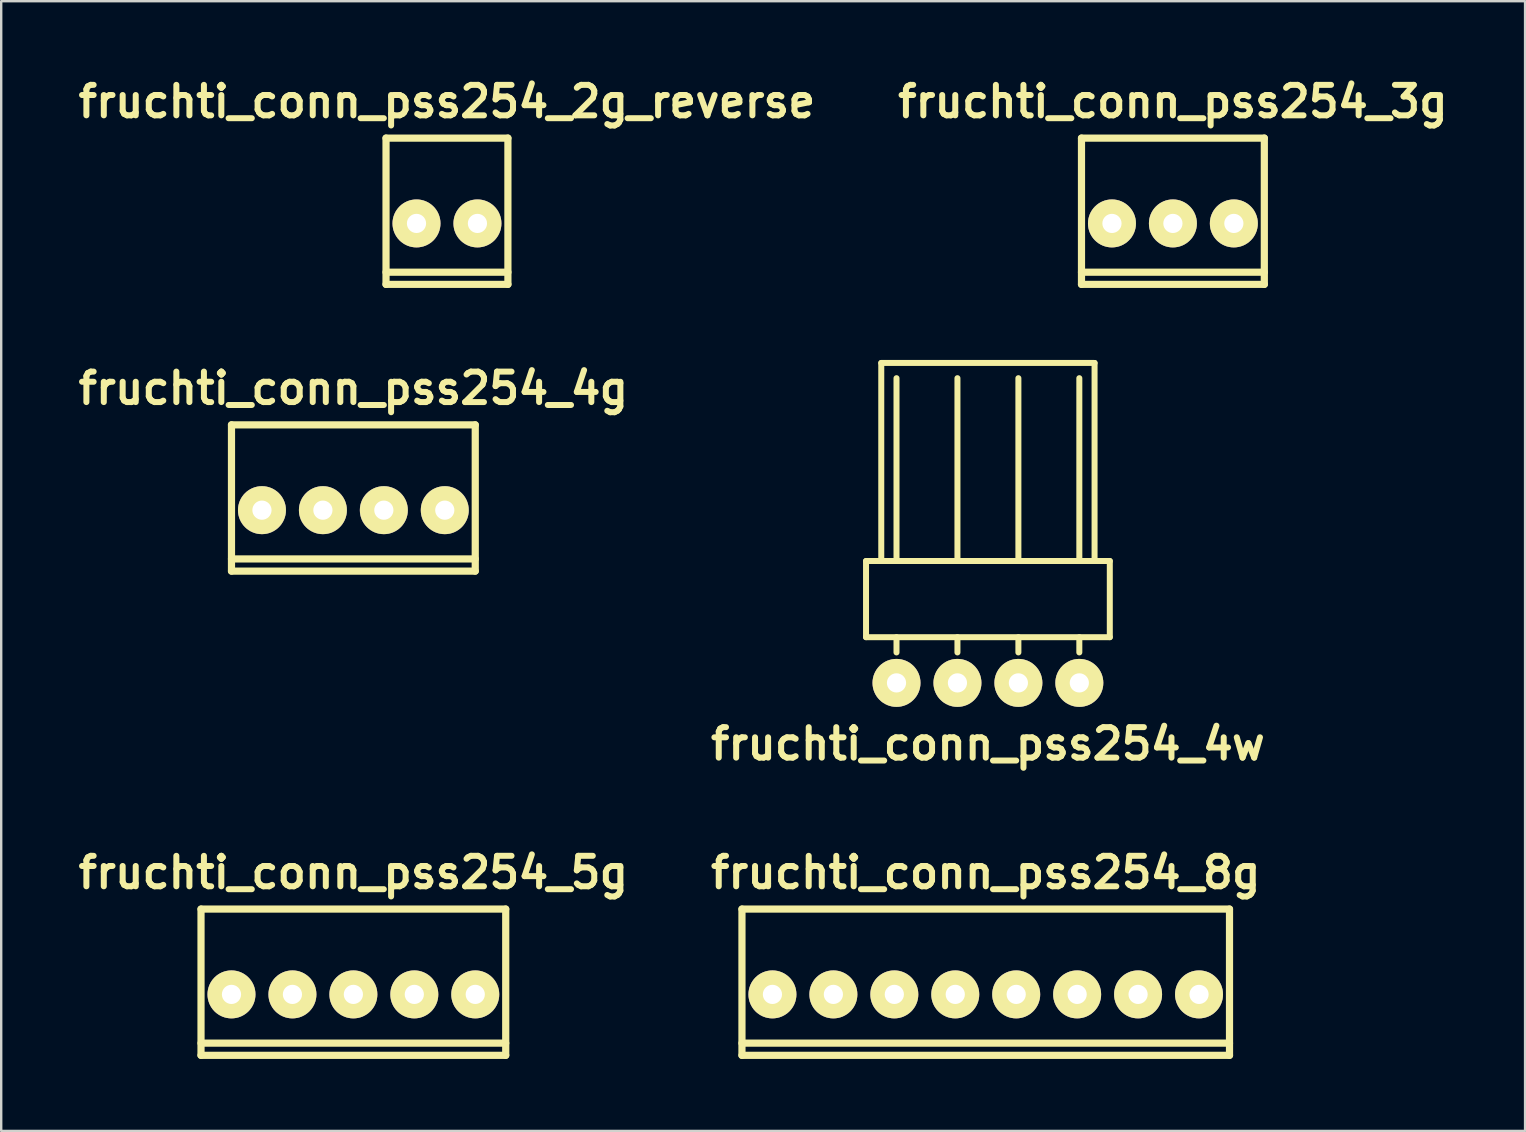
<source format=kicad_pcb>
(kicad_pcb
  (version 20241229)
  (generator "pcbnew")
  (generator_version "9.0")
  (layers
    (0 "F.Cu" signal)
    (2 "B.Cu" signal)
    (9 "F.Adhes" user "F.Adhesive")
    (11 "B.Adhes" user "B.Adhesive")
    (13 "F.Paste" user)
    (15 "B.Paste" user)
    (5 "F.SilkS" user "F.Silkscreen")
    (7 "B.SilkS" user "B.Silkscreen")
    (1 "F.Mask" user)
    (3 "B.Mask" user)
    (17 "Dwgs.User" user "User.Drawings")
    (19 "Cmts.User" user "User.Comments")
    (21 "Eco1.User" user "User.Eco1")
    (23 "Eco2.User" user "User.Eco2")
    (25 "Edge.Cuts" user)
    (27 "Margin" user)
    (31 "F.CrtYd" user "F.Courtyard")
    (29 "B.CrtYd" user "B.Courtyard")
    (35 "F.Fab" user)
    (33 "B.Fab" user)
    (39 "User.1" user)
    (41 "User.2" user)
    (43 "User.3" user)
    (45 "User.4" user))
  (footprint "fruchti_conn_pss254_4g"
    (layer "F.Cu")
    (at 11.678 18.213)
    (property "Reference" "fruchti_conn_pss254_4g" (at 0 -5.08 0) (layer "F.SilkS") (effects (font (size 1.27 1.27) (thickness 0.25))))
    (attr through_hole)
    (fp_line (start -5.08 -3.556) (end 5.08 -3.556) (stroke (width 0.3) (type solid)) (layer "F.SilkS"))
    (fp_line (start -5.08 2.032) (end 5.08 2.032) (stroke (width 0.3) (type solid)) (layer "F.SilkS"))
    (fp_line (start -5.08 2.54) (end -5.08 -3.556) (stroke (width 0.3) (type solid)) (layer "F.SilkS"))
    (fp_line (start 5.08 -3.556) (end 5.08 2.54) (stroke (width 0.3) (type solid)) (layer "F.SilkS"))
    (fp_line (start 5.08 2.54) (end -5.08 2.54) (stroke (width 0.3) (type solid)) (layer "F.SilkS"))
    (pad "1" thru_hole circle (at -3.81 0) (size 1.999 1.999) (drill 0.8) (layers "*.Cu" "*.Mask" "F.SilkS"))
    (pad "2" thru_hole circle (at -1.27 0) (size 1.999 1.999) (drill 0.8) (layers "*.Cu" "*.Mask" "F.SilkS"))
    (pad "3" thru_hole circle (at 1.27 0) (size 1.999 1.999) (drill 0.8) (layers "*.Cu" "*.Mask" "F.SilkS"))
    (pad "4" thru_hole circle (at 3.81 0) (size 1.999 1.999) (drill 0.8) (layers "*.Cu" "*.Mask" "F.SilkS")))
  (footprint "fruchti_conn_pss254_3g"
    (layer "F.Cu")
    (at 45.835 6.262)
    (property "Reference" "fruchti_conn_pss254_3g" (at 0 -5.08 0) (layer "F.SilkS") (effects (font (size 1.27 1.27) (thickness 0.25))))
    (attr through_hole)
    (fp_line (start -3.81 2.54) (end -3.81 -3.556) (stroke (width 0.3) (type solid)) (layer "F.SilkS"))
    (fp_line (start 3.81 -3.556) (end -3.81 -3.556) (stroke (width 0.3) (type solid)) (layer "F.SilkS"))
    (fp_line (start 3.81 -3.556) (end 3.81 2.54) (stroke (width 0.3) (type solid)) (layer "F.SilkS"))
    (fp_line (start 3.81 2.032) (end -3.81 2.032) (stroke (width 0.3) (type solid)) (layer "F.SilkS"))
    (fp_line (start 3.81 2.54) (end -3.81 2.54) (stroke (width 0.3) (type solid)) (layer "F.SilkS"))
    (pad "1" thru_hole circle (at -2.54 0) (size 1.999 1.999) (drill 0.8) (layers "*.Cu" "*.Mask" "F.SilkS"))
    (pad "2" thru_hole circle (at 0 0) (size 1.999 1.999) (drill 0.8) (layers "*.Cu" "*.Mask" "F.SilkS"))
    (pad "3" thru_hole circle (at 2.54 0) (size 1.999 1.999) (drill 0.8) (layers "*.Cu" "*.Mask" "F.SilkS")))
  (footprint "fruchti_conn_pss254_5g"
    (layer "F.Cu")
    (at 11.678 38.395)
    (property "Reference" "fruchti_conn_pss254_5g" (at 0 -5.08 0) (layer "F.SilkS") (effects (font (size 1.27 1.27) (thickness 0.25))))
    (attr through_hole)
    (fp_line (start -6.35 2.032) (end 6.35 2.032) (stroke (width 0.3) (type solid)) (layer "F.SilkS"))
    (fp_line (start -6.35 2.54) (end -6.35 -3.556) (stroke (width 0.3) (type solid)) (layer "F.SilkS"))
    (fp_line (start -6.35 2.54) (end 6.35 2.54) (stroke (width 0.3) (type solid)) (layer "F.SilkS"))
    (fp_line (start 6.35 -3.556) (end -6.35 -3.556) (stroke (width 0.3) (type solid)) (layer "F.SilkS"))
    (fp_line (start 6.35 -3.556) (end 6.35 2.54) (stroke (width 0.3) (type solid)) (layer "F.SilkS"))
    (pad "1" thru_hole circle (at -5.08 0) (size 1.999 1.999) (drill 0.8) (layers "*.Cu" "*.Mask" "F.SilkS"))
    (pad "2" thru_hole circle (at -2.54 0) (size 1.999 1.999) (drill 0.8) (layers "*.Cu" "*.Mask" "F.SilkS"))
    (pad "3" thru_hole circle (at 0 0) (size 1.999 1.999) (drill 0.8) (layers "*.Cu" "*.Mask" "F.SilkS"))
    (pad "4" thru_hole circle (at 2.54 0) (size 1.999 1.999) (drill 0.8) (layers "*.Cu" "*.Mask" "F.SilkS"))
    (pad "5" thru_hole circle (at 5.08 0) (size 1.999 1.999) (drill 0.8) (layers "*.Cu" "*.Mask" "F.SilkS")))
  (footprint "fruchti_conn_pss254_4w"
    (layer "F.Cu")
    (at 38.125 25.412)
    (property "Reference" "fruchti_conn_pss254_4w" (at 0 2.54 0) (layer "F.SilkS") (effects (font (size 1.27 1.27) (thickness 0.25))))
    (attr through_hole)
    (fp_line (start -5.08 -5.08) (end 5.08 -5.08) (stroke (width 0.25) (type solid)) (layer "F.SilkS"))
    (fp_line (start -5.08 -1.905) (end -5.08 -5.08) (stroke (width 0.25) (type solid)) (layer "F.SilkS"))
    (fp_line (start -5.08 -1.905) (end 5.08 -1.905) (stroke (width 0.25) (type solid)) (layer "F.SilkS"))
    (fp_line (start -4.445 -13.335) (end -4.445 -5.08) (stroke (width 0.25) (type solid)) (layer "F.SilkS"))
    (fp_line (start -4.445 -13.335) (end 4.445 -13.335) (stroke (width 0.25) (type solid)) (layer "F.SilkS"))
    (fp_line (start -3.81 -5.08) (end -3.81 -12.7) (stroke (width 0.25) (type solid)) (layer "F.SilkS"))
    (fp_line (start -3.81 -1.27) (end -3.81 -1.905) (stroke (width 0.25) (type solid)) (layer "F.SilkS"))
    (fp_line (start -1.27 -5.08) (end -1.27 -12.7) (stroke (width 0.25) (type solid)) (layer "F.SilkS"))
    (fp_line (start -1.27 -1.27) (end -1.27 -1.905) (stroke (width 0.25) (type solid)) (layer "F.SilkS"))
    (fp_line (start 1.27 -5.08) (end 1.27 -12.7) (stroke (width 0.25) (type solid)) (layer "F.SilkS"))
    (fp_line (start 1.27 -1.905) (end 1.27 -1.27) (stroke (width 0.25) (type solid)) (layer "F.SilkS"))
    (fp_line (start 3.81 -5.08) (end 3.81 -12.7) (stroke (width 0.25) (type solid)) (layer "F.SilkS"))
    (fp_line (start 3.81 -1.27) (end 3.81 -1.905) (stroke (width 0.25) (type solid)) (layer "F.SilkS"))
    (fp_line (start 4.445 -13.335) (end 4.445 -5.08) (stroke (width 0.25) (type solid)) (layer "F.SilkS"))
    (fp_line (start 5.08 -1.905) (end 5.08 -5.08) (stroke (width 0.25) (type solid)) (layer "F.SilkS"))
    (pad "1" thru_hole circle (at -3.81 0) (size 1.999 1.999) (drill 0.8) (layers "*.Cu" "*.Mask" "F.SilkS"))
    (pad "2" thru_hole circle (at -1.27 0) (size 1.999 1.999) (drill 0.8) (layers "*.Cu" "*.Mask" "F.SilkS"))
    (pad "3" thru_hole circle (at 1.27 0) (size 1.999 1.999) (drill 0.8) (layers "*.Cu" "*.Mask" "F.SilkS"))
    (pad "4" thru_hole circle (at 3.81 0) (size 1.999 1.999) (drill 0.8) (layers "*.Cu" "*.Mask" "F.SilkS")))
  (footprint "fruchti_conn_pss254_8g"
    (layer "F.Cu")
    (at 38.034 38.395)
    (property "Reference" "fruchti_conn_pss254_8g" (at 0 -5.08 0) (layer "F.SilkS") (effects (font (size 1.27 1.27) (thickness 0.25))))
    (attr through_hole)
    (fp_line (start -10.16 -3.556) (end 10.16 -3.556) (stroke (width 0.3) (type solid)) (layer "F.SilkS"))
    (fp_line (start -10.16 2.032) (end 10.16 2.032) (stroke (width 0.3) (type solid)) (layer "F.SilkS"))
    (fp_line (start -10.16 2.54) (end -10.16 -3.556) (stroke (width 0.3) (type solid)) (layer "F.SilkS"))
    (fp_line (start -10.16 2.54) (end 10.16 2.54) (stroke (width 0.3) (type solid)) (layer "F.SilkS"))
    (fp_line (start 10.16 -3.556) (end 10.16 2.54) (stroke (width 0.3) (type solid)) (layer "F.SilkS"))
    (pad "1" thru_hole circle (at -8.89 0) (size 1.999 1.999) (drill 0.8) (layers "*.Cu" "*.Mask" "F.SilkS"))
    (pad "2" thru_hole circle (at -6.35 0) (size 1.999 1.999) (drill 0.8) (layers "*.Cu" "*.Mask" "F.SilkS"))
    (pad "3" thru_hole circle (at -3.81 0) (size 1.999 1.999) (drill 0.8) (layers "*.Cu" "*.Mask" "F.SilkS"))
    (pad "4" thru_hole circle (at -1.27 0) (size 1.999 1.999) (drill 0.8) (layers "*.Cu" "*.Mask" "F.SilkS"))
    (pad "5" thru_hole circle (at 1.27 0) (size 1.999 1.999) (drill 0.8) (layers "*.Cu" "*.Mask" "F.SilkS"))
    (pad "6" thru_hole circle (at 3.81 0) (size 1.999 1.999) (drill 0.8) (layers "*.Cu" "*.Mask" "F.SilkS"))
    (pad "7" thru_hole circle (at 6.35 0) (size 1.999 1.999) (drill 0.8) (layers "*.Cu" "*.Mask" "F.SilkS"))
    (pad "8" thru_hole circle (at 8.89 0) (size 1.999 1.999) (drill 0.8) (layers "*.Cu" "*.Mask" "F.SilkS")))
  (footprint "fruchti_conn_pss254_2g_reverse"
    (layer "F.Cu")
    (at 15.579 6.262)
    (property "Reference" "fruchti_conn_pss254_2g_reverse" (at 0 -5.08 0) (layer "F.SilkS") (effects (font (size 1.27 1.27) (thickness 0.25))))
    (attr through_hole)
    (fp_line (start -2.54 2.54) (end -2.54 -3.556) (stroke (width 0.3) (type solid)) (layer "F.SilkS"))
    (fp_line (start 2.54 -3.556) (end -2.54 -3.556) (stroke (width 0.3) (type solid)) (layer "F.SilkS"))
    (fp_line (start 2.54 -3.556) (end 2.54 2.54) (stroke (width 0.3) (type solid)) (layer "F.SilkS"))
    (fp_line (start 2.54 2.032) (end -2.54 2.032) (stroke (width 0.3) (type solid)) (layer "F.SilkS"))
    (fp_line (start 2.54 2.54) (end -2.54 2.54) (stroke (width 0.3) (type solid)) (layer "F.SilkS"))
    (pad "1" thru_hole circle (at 1.27 0) (size 1.999 1.999) (drill 0.8) (layers "*.Cu" "*.Mask" "F.SilkS"))
    (pad "2" thru_hole circle (at -1.27 0) (size 1.999 1.999) (drill 0.8) (layers "*.Cu" "*.Mask" "F.SilkS")))
  (gr_rect
    (start -3 -3)
    (end 60.513 44.085)
    (stroke (width 0.1) (type default))
    (fill no)
    (layer "Edge.Cuts")))
</source>
